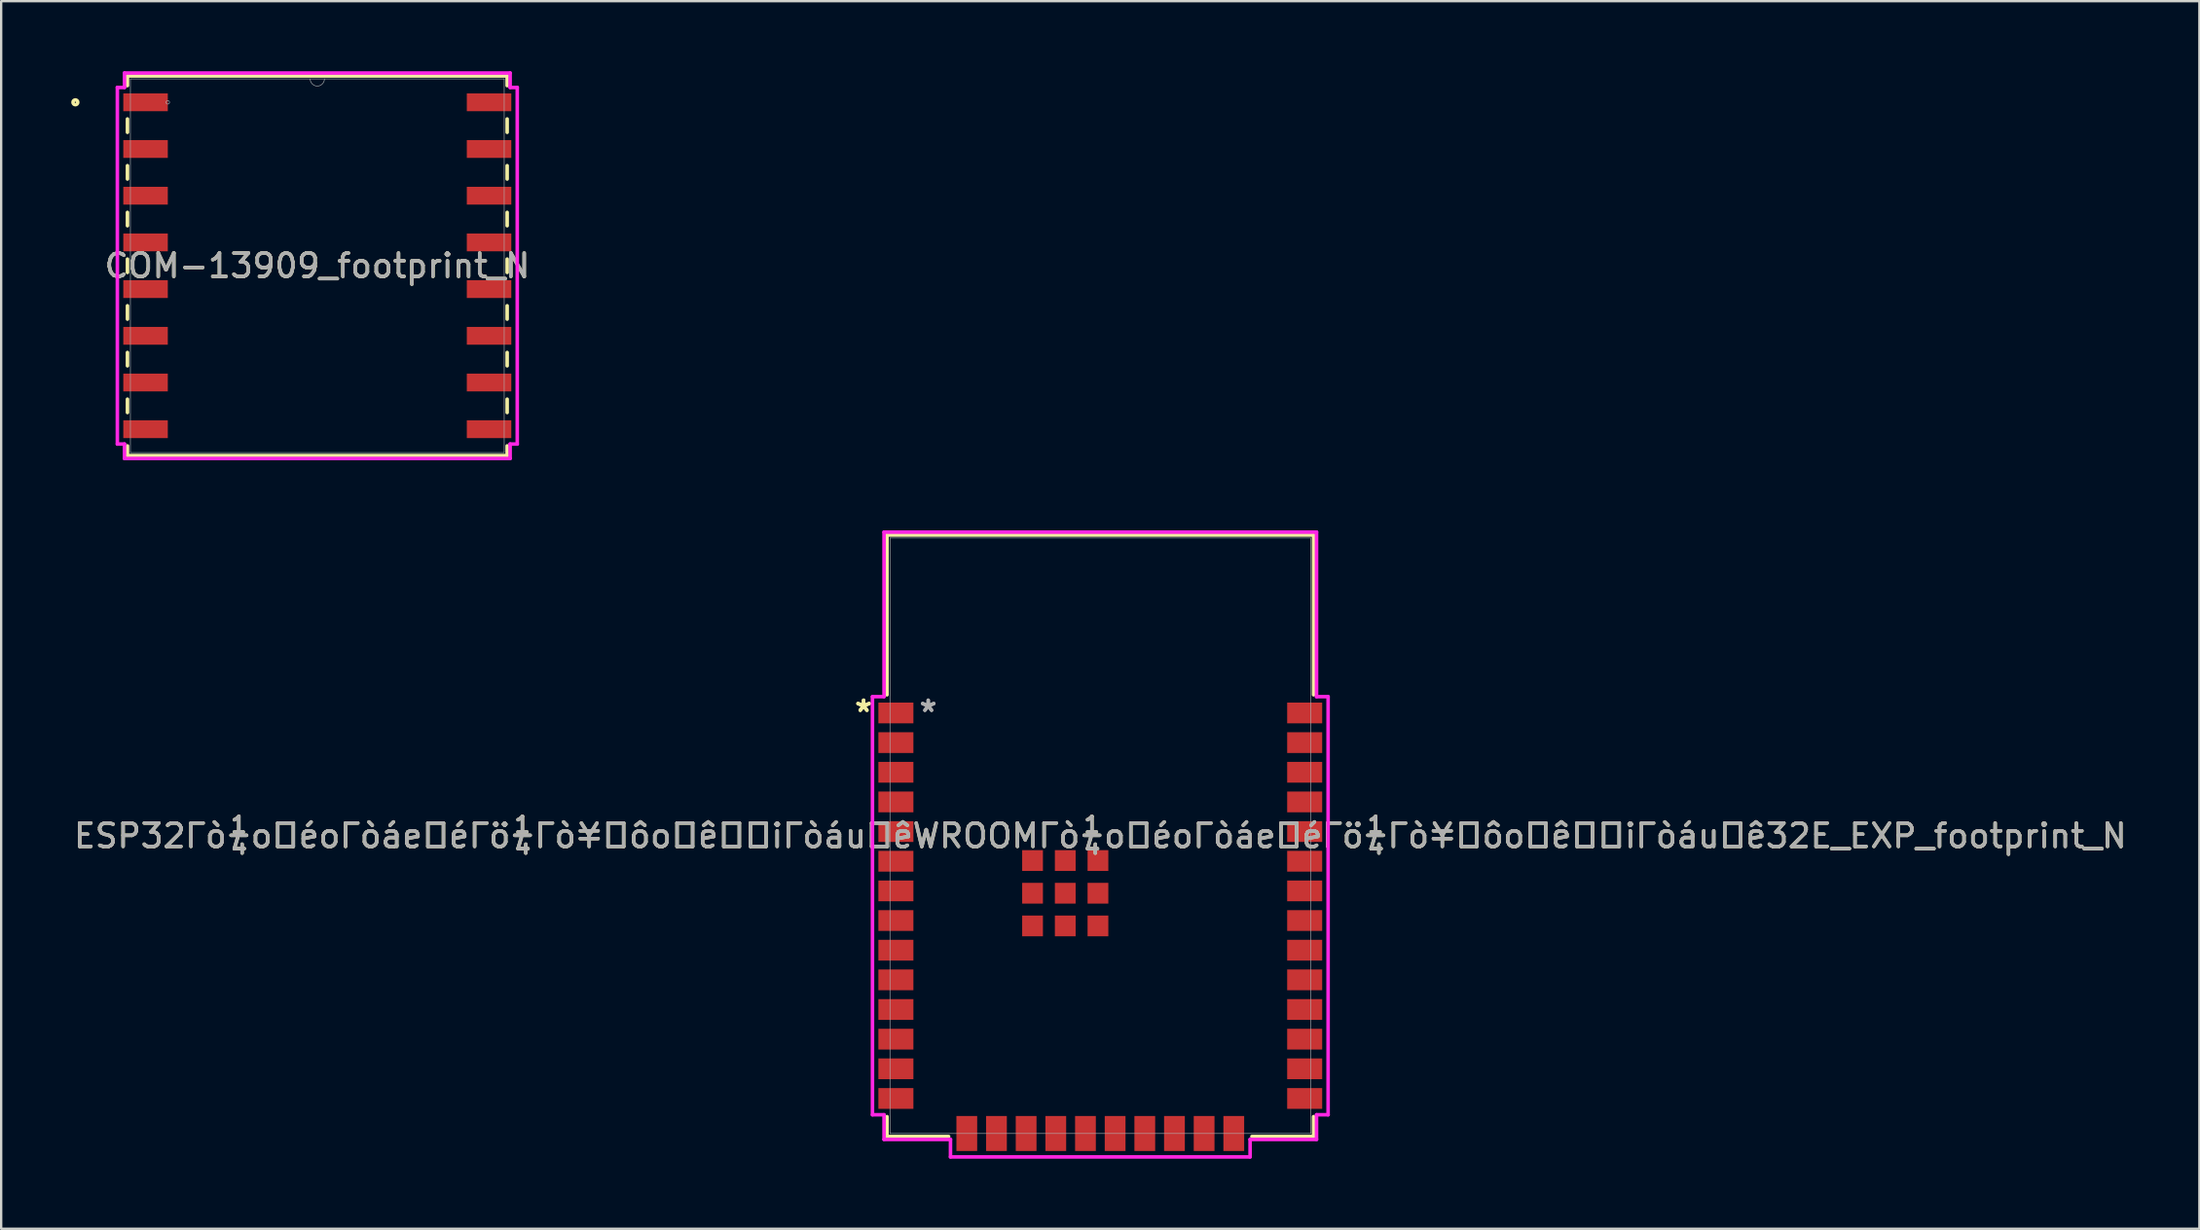
<source format=kicad_pcb>
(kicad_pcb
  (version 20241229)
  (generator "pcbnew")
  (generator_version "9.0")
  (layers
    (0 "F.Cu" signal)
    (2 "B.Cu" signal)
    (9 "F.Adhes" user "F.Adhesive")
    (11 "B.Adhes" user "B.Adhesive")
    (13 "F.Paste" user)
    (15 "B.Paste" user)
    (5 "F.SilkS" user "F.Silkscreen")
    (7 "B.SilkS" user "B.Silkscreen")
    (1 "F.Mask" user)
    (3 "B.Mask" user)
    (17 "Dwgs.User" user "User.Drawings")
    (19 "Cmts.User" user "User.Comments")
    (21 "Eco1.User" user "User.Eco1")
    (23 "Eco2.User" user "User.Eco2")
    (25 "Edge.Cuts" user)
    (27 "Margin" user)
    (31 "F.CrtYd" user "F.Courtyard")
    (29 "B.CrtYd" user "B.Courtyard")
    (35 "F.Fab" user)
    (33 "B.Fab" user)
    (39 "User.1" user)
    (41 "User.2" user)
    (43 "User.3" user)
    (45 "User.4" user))
  (footprint "COM-13909_footprint_N"
    (layer "F.Cu")
    (at 10.534 8.331)
    (property "Reference" "COM-13909_footprint_N" (at 0 0 0) (unlocked yes) (layer "F.SilkS") (effects (font (size 1 1) (thickness 0.15))))
    (attr smd)
    (fp_line (start -8.128 -8.128) (end -8.128 -7.714) (stroke (width 0.152) (type solid)) (layer "F.SilkS"))
    (fp_line (start -8.128 -6.286) (end -8.128 -5.714) (stroke (width 0.152) (type solid)) (layer "F.SilkS"))
    (fp_line (start -8.128 -4.286) (end -8.128 -3.714) (stroke (width 0.152) (type solid)) (layer "F.SilkS"))
    (fp_line (start -8.128 -2.286) (end -8.128 -1.714) (stroke (width 0.152) (type solid)) (layer "F.SilkS"))
    (fp_line (start -8.128 -0.286) (end -8.128 0.286) (stroke (width 0.152) (type solid)) (layer "F.SilkS"))
    (fp_line (start -8.128 1.714) (end -8.128 2.286) (stroke (width 0.152) (type solid)) (layer "F.SilkS"))
    (fp_line (start -8.128 3.714) (end -8.128 4.286) (stroke (width 0.152) (type solid)) (layer "F.SilkS"))
    (fp_line (start -8.128 5.714) (end -8.128 6.286) (stroke (width 0.152) (type solid)) (layer "F.SilkS"))
    (fp_line (start -8.128 7.714) (end -8.128 8.128) (stroke (width 0.152) (type solid)) (layer "F.SilkS"))
    (fp_line (start -8.128 8.128) (end 8.128 8.128) (stroke (width 0.152) (type solid)) (layer "F.SilkS"))
    (fp_line (start 8.128 -8.128) (end -8.128 -8.128) (stroke (width 0.152) (type solid)) (layer "F.SilkS"))
    (fp_line (start 8.128 -7.714) (end 8.128 -8.128) (stroke (width 0.152) (type solid)) (layer "F.SilkS"))
    (fp_line (start 8.128 -5.714) (end 8.128 -6.286) (stroke (width 0.152) (type solid)) (layer "F.SilkS"))
    (fp_line (start 8.128 -3.714) (end 8.128 -4.286) (stroke (width 0.152) (type solid)) (layer "F.SilkS"))
    (fp_line (start 8.128 -1.714) (end 8.128 -2.286) (stroke (width 0.152) (type solid)) (layer "F.SilkS"))
    (fp_line (start 8.128 0.286) (end 8.128 -0.286) (stroke (width 0.152) (type solid)) (layer "F.SilkS"))
    (fp_line (start 8.128 2.286) (end 8.128 1.714) (stroke (width 0.152) (type solid)) (layer "F.SilkS"))
    (fp_line (start 8.128 4.286) (end 8.128 3.714) (stroke (width 0.152) (type solid)) (layer "F.SilkS"))
    (fp_line (start 8.128 6.286) (end 8.128 5.714) (stroke (width 0.152) (type solid)) (layer "F.SilkS"))
    (fp_line (start 8.128 8.128) (end 8.128 7.714) (stroke (width 0.152) (type solid)) (layer "F.SilkS"))
    (fp_circle (center -10.357 -7) (end -10.255 -7) (stroke (width 0.152) (type solid)) (fill no) (layer "F.SilkS"))
    (fp_line (start -8.56 -7.635) (end -8.255 -7.635) (stroke (width 0.152) (type solid)) (layer "F.CrtYd"))
    (fp_line (start -8.56 7.635) (end -8.56 -7.635) (stroke (width 0.152) (type solid)) (layer "F.CrtYd"))
    (fp_line (start -8.56 7.635) (end -8.255 7.635) (stroke (width 0.152) (type solid)) (layer "F.CrtYd"))
    (fp_line (start -8.255 -8.255) (end 8.255 -8.255) (stroke (width 0.152) (type solid)) (layer "F.CrtYd"))
    (fp_line (start -8.255 -7.635) (end -8.255 -8.255) (stroke (width 0.152) (type solid)) (layer "F.CrtYd"))
    (fp_line (start -8.255 8.255) (end -8.255 7.635) (stroke (width 0.152) (type solid)) (layer "F.CrtYd"))
    (fp_line (start 8.255 -8.255) (end 8.255 -7.635) (stroke (width 0.152) (type solid)) (layer "F.CrtYd"))
    (fp_line (start 8.255 7.635) (end 8.255 8.255) (stroke (width 0.152) (type solid)) (layer "F.CrtYd"))
    (fp_line (start 8.255 8.255) (end -8.255 8.255) (stroke (width 0.152) (type solid)) (layer "F.CrtYd"))
    (fp_line (start 8.56 -7.635) (end 8.255 -7.635) (stroke (width 0.152) (type solid)) (layer "F.CrtYd"))
    (fp_line (start 8.56 -7.635) (end 8.56 7.635) (stroke (width 0.152) (type solid)) (layer "F.CrtYd"))
    (fp_line (start 8.56 7.635) (end 8.255 7.635) (stroke (width 0.152) (type solid)) (layer "F.CrtYd"))
    (fp_line (start -8.001 -8.001) (end -8.001 8.001) (stroke (width 0.025) (type solid)) (layer "F.Fab"))
    (fp_line (start -8.001 8.001) (end 8.001 8.001) (stroke (width 0.025) (type solid)) (layer "F.Fab"))
    (fp_line (start 8.001 -8.001) (end -8.001 -8.001) (stroke (width 0.025) (type solid)) (layer "F.Fab"))
    (fp_line (start 8.001 8.001) (end 8.001 -8.001) (stroke (width 0.025) (type solid)) (layer "F.Fab"))
    (fp_arc (start 0.3048 -8.001) (mid 0 -7.6962) (end -0.3048 -8.001) (stroke (width 0.0254) (type solid)) (layer "F.Fab"))
    (fp_circle (center -6.401 -7) (end -6.325 -7) (stroke (width 0.025) (type solid)) (fill no) (layer "F.Fab"))
    (fp_text user "${REFERENCE}" (at 0 0 0) (unlocked yes) (layer "F.Fab") (effects (font (size 1 1) (thickness 0.15))))
    (pad "1" smd rect (at -7.353 -7) (size 1.905 0.762) (layers "F.Cu" "F.Mask" "F.Paste"))
    (pad "2" smd rect (at -7.353 -5) (size 1.905 0.762) (layers "F.Cu" "F.Mask" "F.Paste"))
    (pad "3" smd rect (at -7.353 -3) (size 1.905 0.762) (layers "F.Cu" "F.Mask" "F.Paste"))
    (pad "4" smd rect (at -7.353 -1) (size 1.905 0.762) (layers "F.Cu" "F.Mask" "F.Paste"))
    (pad "5" smd rect (at -7.353 1) (size 1.905 0.762) (layers "F.Cu" "F.Mask" "F.Paste"))
    (pad "6" smd rect (at -7.353 3) (size 1.905 0.762) (layers "F.Cu" "F.Mask" "F.Paste"))
    (pad "7" smd rect (at -7.353 5) (size 1.905 0.762) (layers "F.Cu" "F.Mask" "F.Paste"))
    (pad "8" smd rect (at -7.353 7) (size 1.905 0.762) (layers "F.Cu" "F.Mask" "F.Paste"))
    (pad "9" smd rect (at 7.353 7) (size 1.905 0.762) (layers "F.Cu" "F.Mask" "F.Paste"))
    (pad "10" smd rect (at 7.353 5) (size 1.905 0.762) (layers "F.Cu" "F.Mask" "F.Paste"))
    (pad "11" smd rect (at 7.353 3) (size 1.905 0.762) (layers "F.Cu" "F.Mask" "F.Paste"))
    (pad "12" smd rect (at 7.353 1) (size 1.905 0.762) (layers "F.Cu" "F.Mask" "F.Paste"))
    (pad "13" smd rect (at 7.353 -1) (size 1.905 0.762) (layers "F.Cu" "F.Mask" "F.Paste"))
    (pad "14" smd rect (at 7.353 -3) (size 1.905 0.762) (layers "F.Cu" "F.Mask" "F.Paste"))
    (pad "15" smd rect (at 7.353 -5) (size 1.905 0.762) (layers "F.Cu" "F.Mask" "F.Paste"))
    (pad "16" smd rect (at 7.353 -7) (size 1.905 0.762) (layers "F.Cu" "F.Mask" "F.Paste")))
  (footprint "ESP32Γò¼o╠éoΓòáe╠éΓö¼Γò¥╬ôo╠ê┬╝iΓòáu╠êWROOMΓò¼o╠éoΓòáe╠éΓö¼Γò¥╬ôo╠ê┬╝iΓòáu╠ê32E_EXP_footprint_N"
    (layer "F.Cu")
    (at 44.054 32.743)
    (property "Reference" "ESP32Γò¼o╠éoΓòáe╠éΓö¼Γò¥╬ôo╠ê┬╝iΓòáu╠êWROOMΓò¼o╠éoΓòáe╠éΓö¼Γò¥╬ôo╠ê┬╝iΓòáu╠ê32E_EXP_footprint_N" (at 0 0 0) (unlocked yes) (layer "F.SilkS") (effects (font (size 1 1) (thickness 0.15))))
    (attr smd)
    (fp_line (start -9.131 -12.878) (end 9.131 -12.878) (stroke (width 0.152) (type solid)) (layer "F.SilkS"))
    (fp_line (start -9.131 -6.037) (end -9.131 -12.878) (stroke (width 0.152) (type solid)) (layer "F.SilkS"))
    (fp_line (start -9.131 12.878) (end -9.131 12.027) (stroke (width 0.152) (type solid)) (layer "F.SilkS"))
    (fp_line (start -6.492 12.878) (end -9.131 12.878) (stroke (width 0.152) (type solid)) (layer "F.SilkS"))
    (fp_line (start 9.131 -12.878) (end 9.131 -6.037) (stroke (width 0.152) (type solid)) (layer "F.SilkS"))
    (fp_line (start 9.131 12.027) (end 9.131 12.878) (stroke (width 0.152) (type solid)) (layer "F.SilkS"))
    (fp_line (start 9.131 12.878) (end 6.492 12.878) (stroke (width 0.152) (type solid)) (layer "F.SilkS"))
    (fp_poly (pts (xy -9.004 -12.751) (xy -9.004 -6.553) (xy 9.004 -6.553) (xy 9.004 -12.751)) (stroke (width 0.1) (type solid)) (fill no) (layer "Eco2.User"))
    (fp_line (start -9.753 -5.958) (end -9.753 11.948) (stroke (width 0.152) (type solid)) (layer "F.CrtYd"))
    (fp_line (start -9.753 11.948) (end -9.258 11.948) (stroke (width 0.152) (type solid)) (layer "F.CrtYd"))
    (fp_line (start -9.258 -13.005) (end -9.258 -5.958) (stroke (width 0.152) (type solid)) (layer "F.CrtYd"))
    (fp_line (start -9.258 -5.958) (end -9.753 -5.958) (stroke (width 0.152) (type solid)) (layer "F.CrtYd"))
    (fp_line (start -9.258 11.948) (end -9.258 13.005) (stroke (width 0.152) (type solid)) (layer "F.CrtYd"))
    (fp_line (start -9.258 13.005) (end -6.413 13.005) (stroke (width 0.152) (type solid)) (layer "F.CrtYd"))
    (fp_line (start -6.413 13.005) (end -6.413 13.753) (stroke (width 0.152) (type solid)) (layer "F.CrtYd"))
    (fp_line (start -6.413 13.753) (end 6.413 13.753) (stroke (width 0.152) (type solid)) (layer "F.CrtYd"))
    (fp_line (start 6.413 13.005) (end 9.258 13.005) (stroke (width 0.152) (type solid)) (layer "F.CrtYd"))
    (fp_line (start 6.413 13.753) (end 6.413 13.005) (stroke (width 0.152) (type solid)) (layer "F.CrtYd"))
    (fp_line (start 9.258 -13.005) (end -9.258 -13.005) (stroke (width 0.152) (type solid)) (layer "F.CrtYd"))
    (fp_line (start 9.258 -5.958) (end 9.258 -13.005) (stroke (width 0.152) (type solid)) (layer "F.CrtYd"))
    (fp_line (start 9.258 11.948) (end 9.753 11.948) (stroke (width 0.152) (type solid)) (layer "F.CrtYd"))
    (fp_line (start 9.258 13.005) (end 9.258 11.948) (stroke (width 0.152) (type solid)) (layer "F.CrtYd"))
    (fp_line (start 9.753 -5.958) (end 9.258 -5.958) (stroke (width 0.152) (type solid)) (layer "F.CrtYd"))
    (fp_line (start 9.753 11.948) (end 9.753 -5.958) (stroke (width 0.152) (type solid)) (layer "F.CrtYd"))
    (fp_line (start -9.004 -12.751) (end -9.004 12.751) (stroke (width 0.025) (type solid)) (layer "F.Fab"))
    (fp_line (start -9.004 12.751) (end 9.004 12.751) (stroke (width 0.025) (type solid)) (layer "F.Fab"))
    (fp_line (start 9.004 -12.751) (end -9.004 -12.751) (stroke (width 0.025) (type solid)) (layer "F.Fab"))
    (fp_line (start 9.004 12.751) (end 9.004 -12.751) (stroke (width 0.025) (type solid)) (layer "F.Fab"))
    (fp_text user "*" (at -10.134 -5.26 0) (unlocked yes) (layer "F.SilkS") (effects (font (size 1 1) (thickness 0.15))))
    (fp_text user "*" (at -10.134 -5.26 0) (layer "F.SilkS") (effects (font (size 1 1) (thickness 0.15))))
    (fp_text user "*" (at -7.366 -5.26 0) (layer "F.Fab") (effects (font (size 1 1) (thickness 0.15))))
    (fp_text user "${REFERENCE}" (at 0 0 0) (unlocked yes) (layer "F.Fab") (effects (font (size 1 1) (thickness 0.15))))
    (fp_text user "*" (at -7.366 -5.26 0) (unlocked yes) (layer "F.Fab") (effects (font (size 1 1) (thickness 0.15))))
    (pad "1" smd rect (at -8.75 -5.26) (size 1.499 0.889) (layers "F.Cu" "F.Mask" "F.Paste"))
    (pad "2" smd rect (at -8.75 -3.99) (size 1.499 0.889) (layers "F.Cu" "F.Mask" "F.Paste"))
    (pad "3" smd rect (at -8.75 -2.72) (size 1.499 0.889) (layers "F.Cu" "F.Mask" "F.Paste"))
    (pad "4" smd rect (at -8.75 -1.45) (size 1.499 0.889) (layers "F.Cu" "F.Mask" "F.Paste"))
    (pad "5" smd rect (at -8.75 -0.18) (size 1.499 0.889) (layers "F.Cu" "F.Mask" "F.Paste"))
    (pad "6" smd rect (at -8.75 1.09) (size 1.499 0.889) (layers "F.Cu" "F.Mask" "F.Paste"))
    (pad "7" smd rect (at -8.75 2.36) (size 1.499 0.889) (layers "F.Cu" "F.Mask" "F.Paste"))
    (pad "8" smd rect (at -8.75 3.63) (size 1.499 0.889) (layers "F.Cu" "F.Mask" "F.Paste"))
    (pad "9" smd rect (at -8.75 4.9) (size 1.499 0.889) (layers "F.Cu" "F.Mask" "F.Paste"))
    (pad "10" smd rect (at -8.75 6.17) (size 1.499 0.889) (layers "F.Cu" "F.Mask" "F.Paste"))
    (pad "11" smd rect (at -8.75 7.44) (size 1.499 0.889) (layers "F.Cu" "F.Mask" "F.Paste"))
    (pad "12" smd rect (at -8.75 8.71) (size 1.499 0.889) (layers "F.Cu" "F.Mask" "F.Paste"))
    (pad "13" smd rect (at -8.75 9.98) (size 1.499 0.889) (layers "F.Cu" "F.Mask" "F.Paste"))
    (pad "14" smd rect (at -8.75 11.25) (size 1.499 0.889) (layers "F.Cu" "F.Mask" "F.Paste"))
    (pad "15" smd rect (at -5.715 12.75 90) (size 1.499 0.889) (layers "F.Cu" "F.Mask" "F.Paste"))
    (pad "16" smd rect (at -4.445 12.75 90) (size 1.499 0.889) (layers "F.Cu" "F.Mask" "F.Paste"))
    (pad "17" smd rect (at -3.175 12.75 90) (size 1.499 0.889) (layers "F.Cu" "F.Mask" "F.Paste"))
    (pad "18" smd rect (at -1.905 12.75 90) (size 1.499 0.889) (layers "F.Cu" "F.Mask" "F.Paste"))
    (pad "19" smd rect (at -0.635 12.75 90) (size 1.499 0.889) (layers "F.Cu" "F.Mask" "F.Paste"))
    (pad "20" smd rect (at 0.635 12.75 90) (size 1.499 0.889) (layers "F.Cu" "F.Mask" "F.Paste"))
    (pad "21" smd rect (at 1.905 12.75 90) (size 1.499 0.889) (layers "F.Cu" "F.Mask" "F.Paste"))
    (pad "22" smd rect (at 3.175 12.75 90) (size 1.499 0.889) (layers "F.Cu" "F.Mask" "F.Paste"))
    (pad "23" smd rect (at 4.445 12.75 90) (size 1.499 0.889) (layers "F.Cu" "F.Mask" "F.Paste"))
    (pad "24" smd rect (at 5.715 12.75 90) (size 1.499 0.889) (layers "F.Cu" "F.Mask" "F.Paste"))
    (pad "25" smd rect (at 8.75 11.25) (size 1.499 0.889) (layers "F.Cu" "F.Mask" "F.Paste"))
    (pad "26" smd rect (at 8.75 9.98) (size 1.499 0.889) (layers "F.Cu" "F.Mask" "F.Paste"))
    (pad "27" smd rect (at 8.75 8.71) (size 1.499 0.889) (layers "F.Cu" "F.Mask" "F.Paste"))
    (pad "28" smd rect (at 8.75 7.44) (size 1.499 0.889) (layers "F.Cu" "F.Mask" "F.Paste"))
    (pad "29" smd rect (at 8.75 6.17) (size 1.499 0.889) (layers "F.Cu" "F.Mask" "F.Paste"))
    (pad "30" smd rect (at 8.75 4.9) (size 1.499 0.889) (layers "F.Cu" "F.Mask" "F.Paste"))
    (pad "31" smd rect (at 8.75 3.63) (size 1.499 0.889) (layers "F.Cu" "F.Mask" "F.Paste"))
    (pad "32" smd rect (at 8.75 2.36) (size 1.499 0.889) (layers "F.Cu" "F.Mask" "F.Paste"))
    (pad "33" smd rect (at 8.75 1.09) (size 1.499 0.889) (layers "F.Cu" "F.Mask" "F.Paste"))
    (pad "34" smd rect (at 8.75 -0.18) (size 1.499 0.889) (layers "F.Cu" "F.Mask" "F.Paste"))
    (pad "35" smd rect (at 8.75 -1.45) (size 1.499 0.889) (layers "F.Cu" "F.Mask" "F.Paste"))
    (pad "36" smd rect (at 8.75 -2.72) (size 1.499 0.889) (layers "F.Cu" "F.Mask" "F.Paste"))
    (pad "37" smd rect (at 8.75 -3.99) (size 1.499 0.889) (layers "F.Cu" "F.Mask" "F.Paste"))
    (pad "38" smd rect (at 8.75 -5.26) (size 1.499 0.889) (layers "F.Cu" "F.Mask" "F.Paste"))
    (pad "39" smd rect (at -1.5 2.46) (size 0.889 0.889) (layers "F.Cu" "F.Mask" "F.Paste"))
    (pad "40" smd rect (at -2.9 1.06) (size 0.889 0.889) (layers "F.Cu" "F.Mask" "F.Paste"))
    (pad "41" smd rect (at -2.9 2.46) (size 0.889 0.889) (layers "F.Cu" "F.Mask" "F.Paste"))
    (pad "42" smd rect (at -2.9 3.86) (size 0.889 0.889) (layers "F.Cu" "F.Mask" "F.Paste"))
    (pad "43" smd rect (at -1.5 3.86) (size 0.889 0.889) (layers "F.Cu" "F.Mask" "F.Paste"))
    (pad "44" smd rect (at -0.1 3.86) (size 0.889 0.889) (layers "F.Cu" "F.Mask" "F.Paste"))
    (pad "45" smd rect (at -0.1 2.46) (size 0.889 0.889) (layers "F.Cu" "F.Mask" "F.Paste"))
    (pad "46" smd rect (at -0.1 1.06) (size 0.889 0.889) (layers "F.Cu" "F.Mask" "F.Paste"))
    (pad "47" smd rect (at -1.5 1.06) (size 0.889 0.889) (layers "F.Cu" "F.Mask" "F.Paste")))
  (gr_rect
    (start -3 -3)
    (end 91.107 49.573)
    (stroke (width 0.1) (type default))
    (fill no)
    (layer "Edge.Cuts")))
</source>
